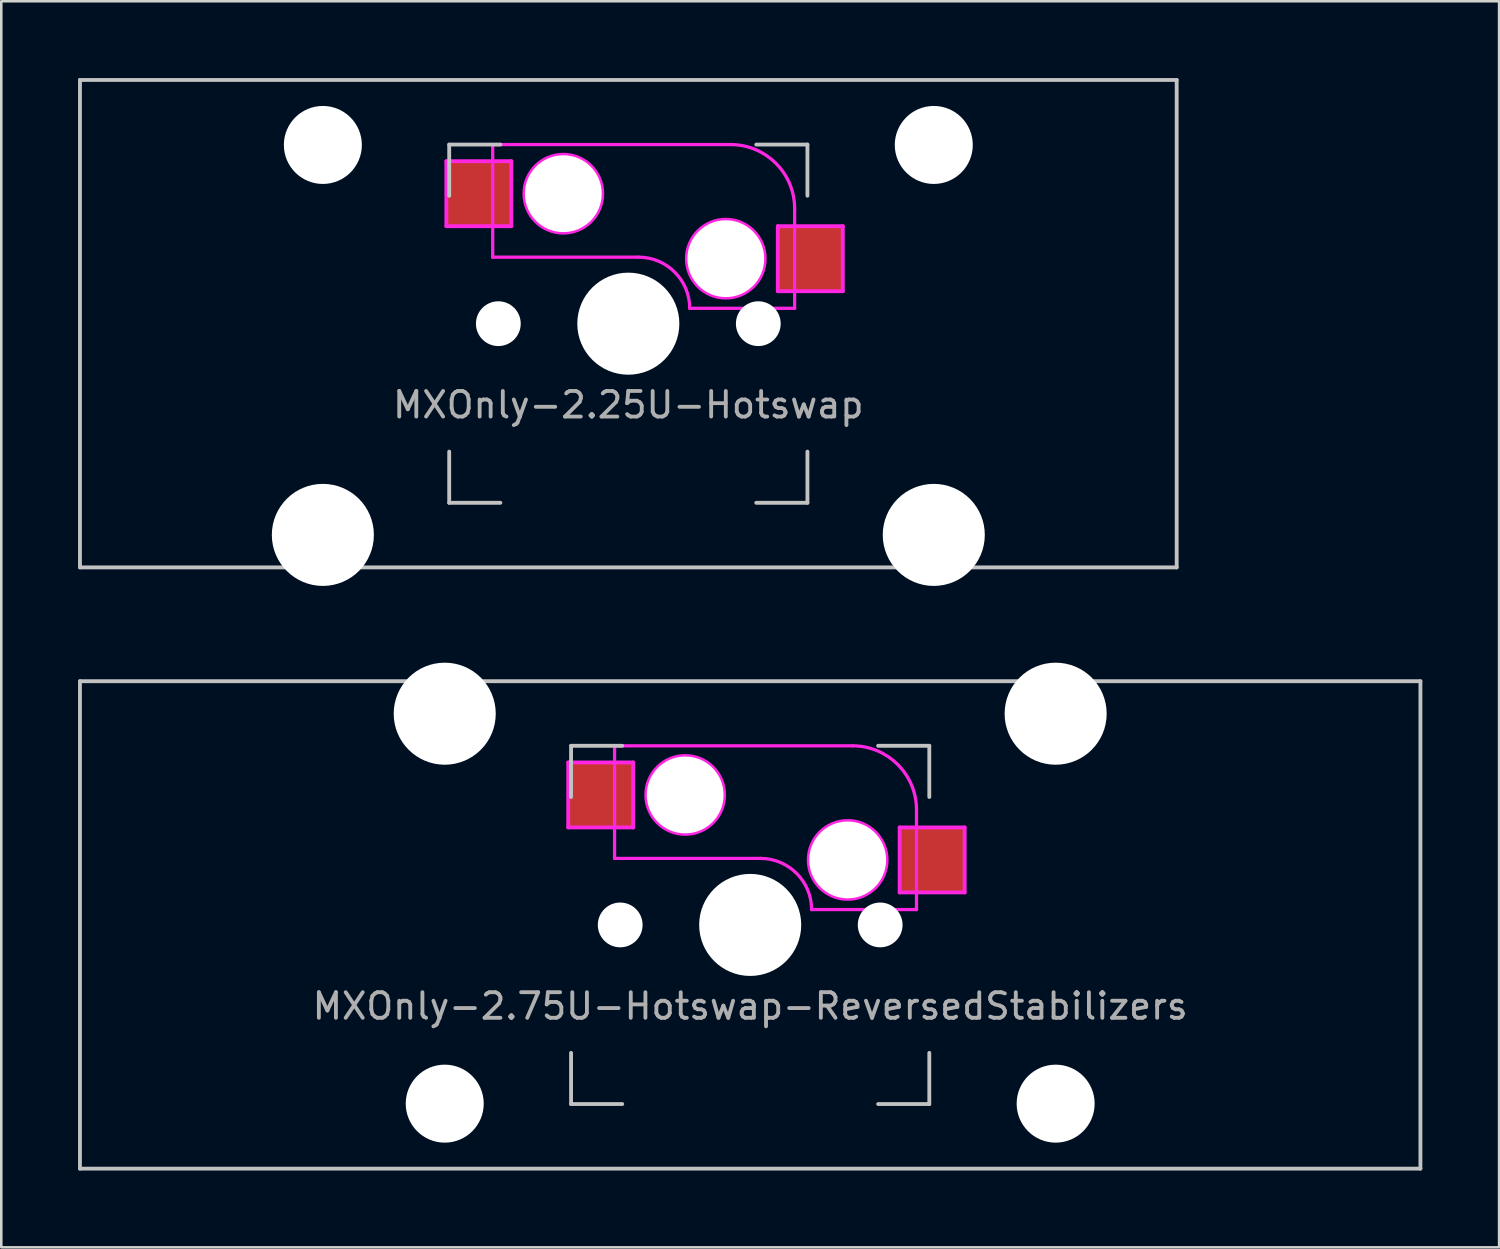
<source format=kicad_pcb>
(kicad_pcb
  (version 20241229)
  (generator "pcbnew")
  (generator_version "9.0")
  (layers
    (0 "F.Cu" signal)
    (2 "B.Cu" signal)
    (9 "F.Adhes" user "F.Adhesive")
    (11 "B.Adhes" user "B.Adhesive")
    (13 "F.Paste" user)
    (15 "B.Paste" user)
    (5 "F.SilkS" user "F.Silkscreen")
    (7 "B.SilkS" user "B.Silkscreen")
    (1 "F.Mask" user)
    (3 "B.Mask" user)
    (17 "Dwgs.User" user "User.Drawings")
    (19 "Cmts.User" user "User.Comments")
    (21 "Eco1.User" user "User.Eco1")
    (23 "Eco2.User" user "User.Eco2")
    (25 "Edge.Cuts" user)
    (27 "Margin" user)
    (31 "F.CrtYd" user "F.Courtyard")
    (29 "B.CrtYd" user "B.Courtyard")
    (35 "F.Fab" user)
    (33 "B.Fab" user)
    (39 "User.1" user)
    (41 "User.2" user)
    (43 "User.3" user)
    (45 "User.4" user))
  (footprint "MXOnly-2.75U-Hotswap-ReversedStabilizers"
    (layer "F.Cu")
    (at 26.269 33.098)
    (property "Reference" "MXOnly-2.75U-Hotswap-ReversedStabilizers" (at 0 3.175 0) (layer "F.Fab") (effects (font (size 1 1) (thickness 0.15))))
    (attr smd)
    (fp_line (start -26.194 -9.525) (end -26.194 9.525) (stroke (width 0.15) (type solid)) (layer "Dwgs.User"))
    (fp_line (start -26.194 9.525) (end 26.194 9.525) (stroke (width 0.15) (type solid)) (layer "Dwgs.User"))
    (fp_line (start -7 -7) (end -7 -5) (stroke (width 0.15) (type solid)) (layer "Dwgs.User"))
    (fp_line (start -7 7) (end -7 5) (stroke (width 0.15) (type solid)) (layer "Dwgs.User"))
    (fp_line (start -5 -7) (end -7 -7) (stroke (width 0.15) (type solid)) (layer "Dwgs.User"))
    (fp_line (start -5 7) (end -7 7) (stroke (width 0.15) (type solid)) (layer "Dwgs.User"))
    (fp_line (start 5 -7) (end 7 -7) (stroke (width 0.15) (type solid)) (layer "Dwgs.User"))
    (fp_line (start 7 -7) (end 7 -5) (stroke (width 0.15) (type solid)) (layer "Dwgs.User"))
    (fp_line (start 7 5) (end 7 7) (stroke (width 0.15) (type solid)) (layer "Dwgs.User"))
    (fp_line (start 7 7) (end 5 7) (stroke (width 0.15) (type solid)) (layer "Dwgs.User"))
    (fp_line (start 26.194 -9.525) (end -26.194 -9.525) (stroke (width 0.15) (type solid)) (layer "Dwgs.User"))
    (fp_line (start 26.194 9.525) (end 26.194 -9.525) (stroke (width 0.15) (type solid)) (layer "Dwgs.User"))
    (fp_line (start -7.112 -6.35) (end -7.112 -3.81) (stroke (width 0.15) (type solid)) (layer "F.CrtYd"))
    (fp_line (start -7.112 -3.81) (end -4.572 -3.81) (stroke (width 0.15) (type solid)) (layer "F.CrtYd"))
    (fp_line (start -5.3 -7) (end -5.3 -2.6) (stroke (width 0.127) (type solid)) (layer "F.CrtYd"))
    (fp_line (start -5.3 -7) (end 4 -7) (stroke (width 0.127) (type solid)) (layer "F.CrtYd"))
    (fp_line (start -4.572 -6.35) (end -7.112 -6.35) (stroke (width 0.15) (type solid)) (layer "F.CrtYd"))
    (fp_line (start -4.572 -3.81) (end -4.572 -6.35) (stroke (width 0.15) (type solid)) (layer "F.CrtYd"))
    (fp_line (start 0.4 -2.6) (end -5.3 -2.6) (stroke (width 0.127) (type solid)) (layer "F.CrtYd"))
    (fp_line (start 5.842 -3.81) (end 5.842 -1.27) (stroke (width 0.15) (type solid)) (layer "F.CrtYd"))
    (fp_line (start 5.842 -1.27) (end 8.382 -1.27) (stroke (width 0.15) (type solid)) (layer "F.CrtYd"))
    (fp_line (start 6.5 -4.5) (end 6.5 -0.6) (stroke (width 0.127) (type solid)) (layer "F.CrtYd"))
    (fp_line (start 6.5 -0.6) (end 2.4 -0.6) (stroke (width 0.127) (type solid)) (layer "F.CrtYd"))
    (fp_line (start 8.382 -3.81) (end 5.842 -3.81) (stroke (width 0.15) (type solid)) (layer "F.CrtYd"))
    (fp_line (start 8.382 -1.27) (end 8.382 -3.81) (stroke (width 0.15) (type solid)) (layer "F.CrtYd"))
    (fp_arc (start 0.4 -2.6) (mid 1.814214 -2.014214) (end 2.4 -0.6) (stroke (width 0.127) (type solid)) (layer "F.CrtYd"))
    (fp_arc (start 4 -7) (mid 5.767767 -6.267767) (end 6.5 -4.5) (stroke (width 0.127) (type solid)) (layer "F.CrtYd"))
    (fp_circle (center -2.54 -5.08) (end -2.54 -6.604) (stroke (width 0.15) (type solid)) (fill no) (layer "F.CrtYd"))
    (fp_circle (center 3.81 -2.54) (end 3.81 -4.064) (stroke (width 0.15) (type solid)) (fill no) (layer "F.CrtYd"))
    (pad "" np_thru_hole circle (at -11.938 -8.255) (size 3.988 3.988) (drill 3.988) (layers "*.Cu" "*.Mask"))
    (pad "" np_thru_hole circle (at -11.938 6.985) (size 3.048 3.048) (drill 3.048) (layers "*.Cu" "*.Mask"))
    (pad "" np_thru_hole circle (at -5.08 0 311.9) (size 1.75 1.75) (drill 1.75) (layers "*.Cu" "*.Mask"))
    (pad "" np_thru_hole circle (at -2.54 -5.08) (size 3 3) (drill 3) (layers "*.Cu" "*.Mask"))
    (pad "" np_thru_hole circle (at 0 0) (size 3.988 3.988) (drill 3.988) (layers "*.Cu" "*.Mask"))
    (pad "" np_thru_hole circle (at 3.81 -2.54) (size 3 3) (drill 3) (layers "*.Cu" "*.Mask"))
    (pad "" np_thru_hole circle (at 5.08 0 311.9) (size 1.75 1.75) (drill 1.75) (layers "*.Cu" "*.Mask"))
    (pad "" np_thru_hole circle (at 11.938 -8.255) (size 3.988 3.988) (drill 3.988) (layers "*.Cu" "*.Mask"))
    (pad "" np_thru_hole circle (at 11.938 6.985) (size 3.048 3.048) (drill 3.048) (layers "*.Cu" "*.Mask"))
    (pad "1" smd rect (at 7.085 -2.54) (size 2.55 2.5) (layers "F.Cu" "F.Mask" "F.Paste"))
    (pad "2" smd rect (at -5.842 -5.08) (size 2.55 2.5) (layers "F.Cu" "F.Mask" "F.Paste")))
  (footprint "MXOnly-2.25U-Hotswap"
    (layer "F.Cu")
    (at 21.506 9.6)
    (property "Reference" "MXOnly-2.25U-Hotswap" (at 0 3.175 0) (layer "F.Fab") (effects (font (size 1 1) (thickness 0.15))))
    (attr smd)
    (fp_line (start -21.431 -9.525) (end -21.431 9.525) (stroke (width 0.15) (type solid)) (layer "Dwgs.User"))
    (fp_line (start -21.431 9.525) (end 21.431 9.525) (stroke (width 0.15) (type solid)) (layer "Dwgs.User"))
    (fp_line (start -7 -7) (end -7 -5) (stroke (width 0.15) (type solid)) (layer "Dwgs.User"))
    (fp_line (start -7 7) (end -7 5) (stroke (width 0.15) (type solid)) (layer "Dwgs.User"))
    (fp_line (start -5 -7) (end -7 -7) (stroke (width 0.15) (type solid)) (layer "Dwgs.User"))
    (fp_line (start -5 7) (end -7 7) (stroke (width 0.15) (type solid)) (layer "Dwgs.User"))
    (fp_line (start 5 -7) (end 7 -7) (stroke (width 0.15) (type solid)) (layer "Dwgs.User"))
    (fp_line (start 7 -7) (end 7 -5) (stroke (width 0.15) (type solid)) (layer "Dwgs.User"))
    (fp_line (start 7 5) (end 7 7) (stroke (width 0.15) (type solid)) (layer "Dwgs.User"))
    (fp_line (start 7 7) (end 5 7) (stroke (width 0.15) (type solid)) (layer "Dwgs.User"))
    (fp_line (start 21.431 -9.525) (end -21.431 -9.525) (stroke (width 0.15) (type solid)) (layer "Dwgs.User"))
    (fp_line (start 21.431 9.525) (end 21.431 -9.525) (stroke (width 0.15) (type solid)) (layer "Dwgs.User"))
    (fp_line (start -7.112 -6.35) (end -7.112 -3.81) (stroke (width 0.15) (type solid)) (layer "F.CrtYd"))
    (fp_line (start -7.112 -3.81) (end -4.572 -3.81) (stroke (width 0.15) (type solid)) (layer "F.CrtYd"))
    (fp_line (start -5.3 -7) (end -5.3 -2.6) (stroke (width 0.127) (type solid)) (layer "F.CrtYd"))
    (fp_line (start -5.3 -7) (end 4 -7) (stroke (width 0.127) (type solid)) (layer "F.CrtYd"))
    (fp_line (start -4.572 -6.35) (end -7.112 -6.35) (stroke (width 0.15) (type solid)) (layer "F.CrtYd"))
    (fp_line (start -4.572 -3.81) (end -4.572 -6.35) (stroke (width 0.15) (type solid)) (layer "F.CrtYd"))
    (fp_line (start 0.4 -2.6) (end -5.3 -2.6) (stroke (width 0.127) (type solid)) (layer "F.CrtYd"))
    (fp_line (start 5.842 -3.81) (end 5.842 -1.27) (stroke (width 0.15) (type solid)) (layer "F.CrtYd"))
    (fp_line (start 5.842 -1.27) (end 8.382 -1.27) (stroke (width 0.15) (type solid)) (layer "F.CrtYd"))
    (fp_line (start 6.5 -4.5) (end 6.5 -0.6) (stroke (width 0.127) (type solid)) (layer "F.CrtYd"))
    (fp_line (start 6.5 -0.6) (end 2.4 -0.6) (stroke (width 0.127) (type solid)) (layer "F.CrtYd"))
    (fp_line (start 8.382 -3.81) (end 5.842 -3.81) (stroke (width 0.15) (type solid)) (layer "F.CrtYd"))
    (fp_line (start 8.382 -1.27) (end 8.382 -3.81) (stroke (width 0.15) (type solid)) (layer "F.CrtYd"))
    (fp_arc (start 0.4 -2.6) (mid 1.814214 -2.014214) (end 2.4 -0.6) (stroke (width 0.127) (type solid)) (layer "F.CrtYd"))
    (fp_arc (start 4 -7) (mid 5.767767 -6.267767) (end 6.5 -4.5) (stroke (width 0.127) (type solid)) (layer "F.CrtYd"))
    (fp_circle (center -2.54 -5.08) (end -2.54 -6.604) (stroke (width 0.15) (type solid)) (fill no) (layer "F.CrtYd"))
    (fp_circle (center 3.81 -2.54) (end 3.81 -4.064) (stroke (width 0.15) (type solid)) (fill no) (layer "F.CrtYd"))
    (pad "" np_thru_hole circle (at -11.938 -6.985) (size 3.048 3.048) (drill 3.048) (layers "*.Cu" "*.Mask"))
    (pad "" np_thru_hole circle (at -11.938 8.255) (size 3.988 3.988) (drill 3.988) (layers "*.Cu" "*.Mask"))
    (pad "" np_thru_hole circle (at -5.08 0 311.9) (size 1.75 1.75) (drill 1.75) (layers "*.Cu" "*.Mask"))
    (pad "" np_thru_hole circle (at -2.54 -5.08) (size 3 3) (drill 3) (layers "*.Cu" "*.Mask"))
    (pad "" np_thru_hole circle (at 0 0) (size 3.988 3.988) (drill 3.988) (layers "*.Cu" "*.Mask"))
    (pad "" np_thru_hole circle (at 3.81 -2.54) (size 3 3) (drill 3) (layers "*.Cu" "*.Mask"))
    (pad "" np_thru_hole circle (at 5.08 0 311.9) (size 1.75 1.75) (drill 1.75) (layers "*.Cu" "*.Mask"))
    (pad "" np_thru_hole circle (at 11.938 -6.985) (size 3.048 3.048) (drill 3.048) (layers "*.Cu" "*.Mask"))
    (pad "" np_thru_hole circle (at 11.938 8.255) (size 3.988 3.988) (drill 3.988) (layers "*.Cu" "*.Mask"))
    (pad "1" smd rect (at 7.085 -2.54) (size 2.55 2.5) (layers "F.Cu" "F.Mask" "F.Paste"))
    (pad "2" smd rect (at -5.842 -5.08) (size 2.55 2.5) (layers "F.Cu" "F.Mask" "F.Paste")))
  (gr_rect
    (start -3 -3)
    (end 55.538 45.698)
    (stroke (width 0.1) (type default))
    (fill no)
    (layer "Edge.Cuts")))
</source>
